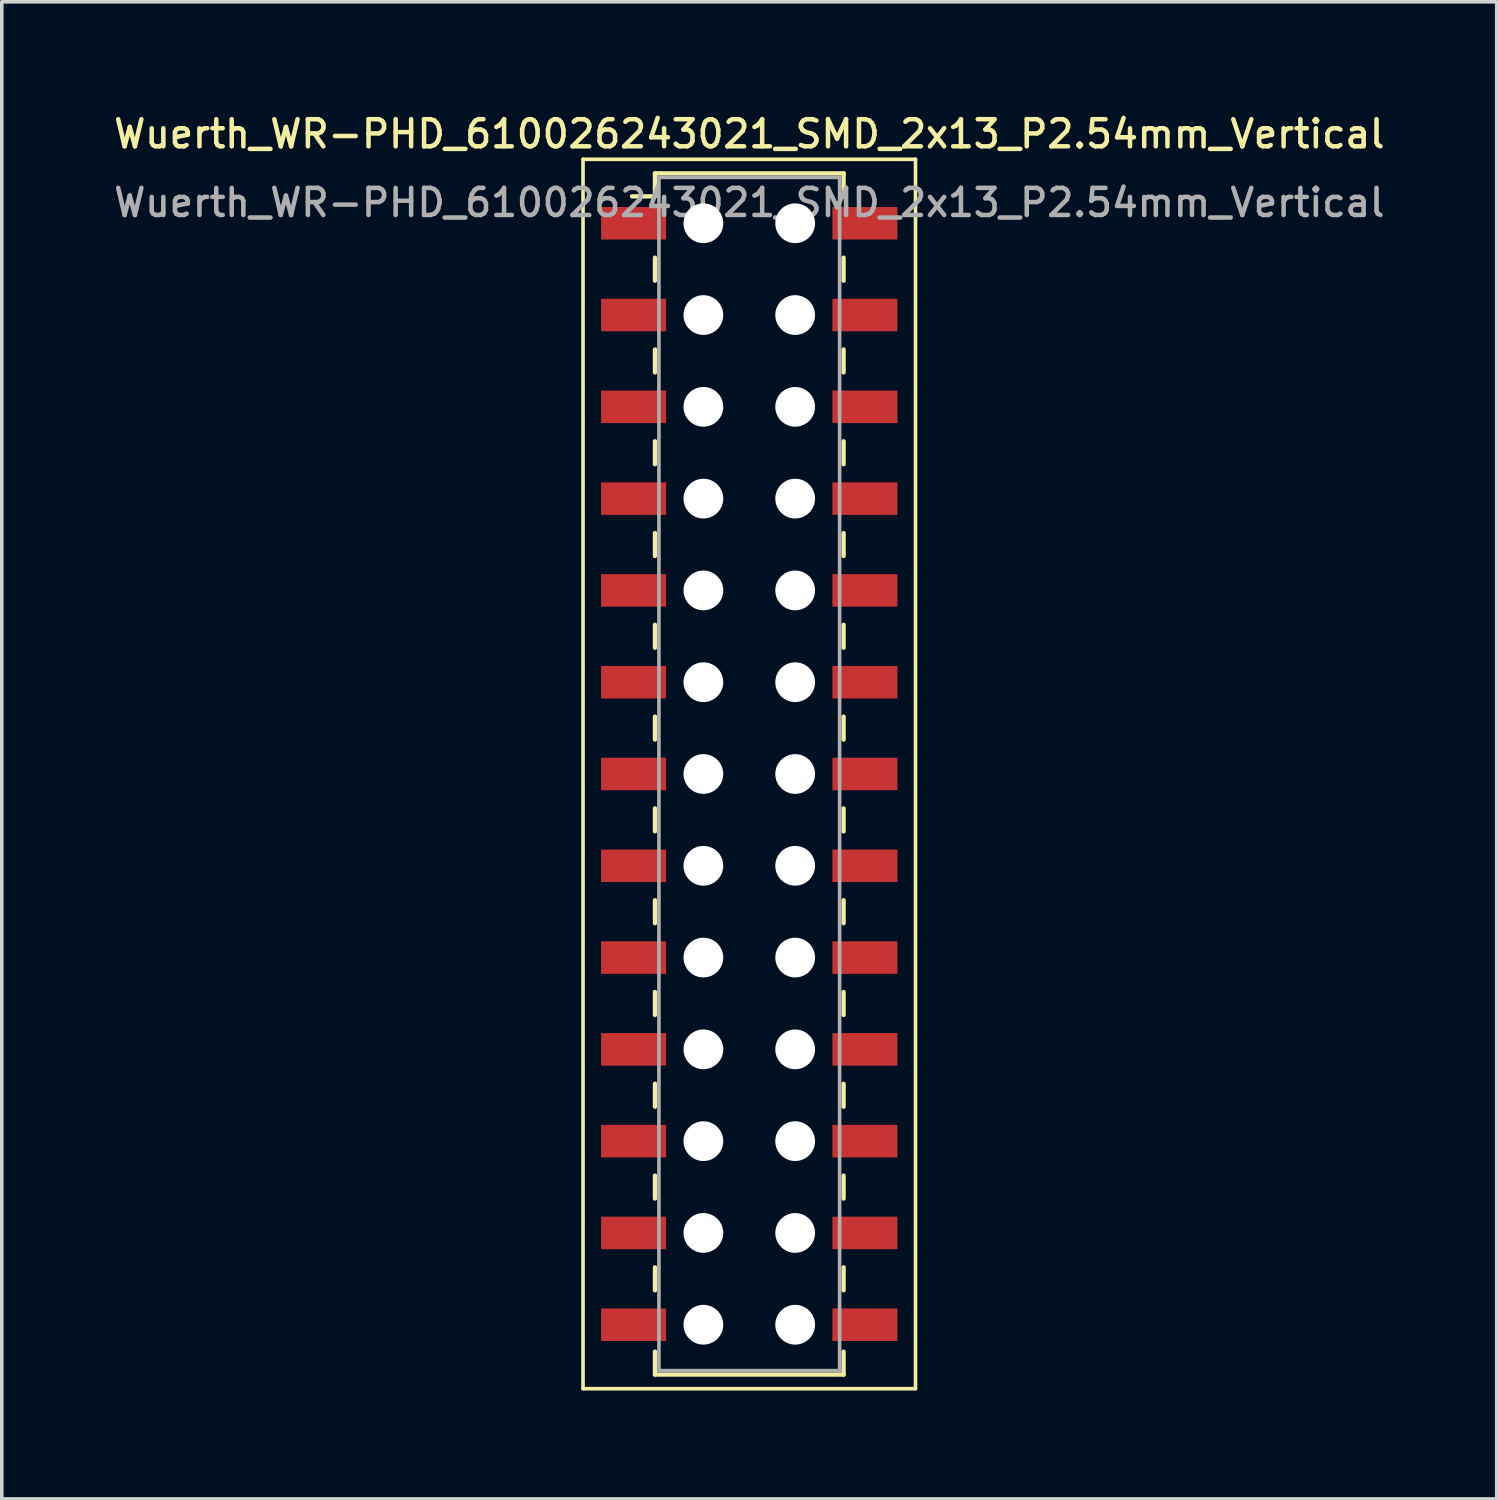
<source format=kicad_pcb>
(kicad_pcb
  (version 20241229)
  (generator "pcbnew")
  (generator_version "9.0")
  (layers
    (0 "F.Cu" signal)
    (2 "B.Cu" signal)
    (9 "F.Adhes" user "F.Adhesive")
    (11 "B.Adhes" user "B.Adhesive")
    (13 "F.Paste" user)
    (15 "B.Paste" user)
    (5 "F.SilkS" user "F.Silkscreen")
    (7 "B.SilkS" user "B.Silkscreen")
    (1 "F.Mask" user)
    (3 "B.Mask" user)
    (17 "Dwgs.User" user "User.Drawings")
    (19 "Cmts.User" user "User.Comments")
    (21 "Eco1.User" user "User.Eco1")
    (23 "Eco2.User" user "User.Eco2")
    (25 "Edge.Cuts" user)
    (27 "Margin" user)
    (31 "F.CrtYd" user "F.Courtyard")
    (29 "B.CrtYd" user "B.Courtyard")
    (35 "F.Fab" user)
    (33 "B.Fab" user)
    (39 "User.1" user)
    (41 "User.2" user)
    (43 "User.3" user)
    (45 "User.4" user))
  (footprint "Wuerth_WR-PHD_610026243021_SMD_2x13_P2.54mm_Vertical"
    (layer "F.Cu")
    (at 17.684 18.368)
    (property "Reference" "Wuerth_WR-PHD_610026243021_SMD_2x13_P2.54mm_Vertical" (at 0 -17.71 0) (layer "F.SilkS") (effects (font (size 0.75 0.75) (thickness 0.125))))
    (attr smd)
    (fp_line (start -4.6 -17.01) (end -4.6 17.01) (stroke (width 0.1) (type solid)) (layer "F.SilkS"))
    (fp_line (start -4.6 17.01) (end 4.6 17.01) (stroke (width 0.1) (type solid)) (layer "F.SilkS"))
    (fp_line (start -2.61 -16.62) (end -2.61 -15.985) (stroke (width 0.12) (type solid)) (layer "F.SilkS"))
    (fp_line (start -2.61 -16.62) (end 2.61 -16.62) (stroke (width 0.12) (type solid)) (layer "F.SilkS"))
    (fp_line (start -2.61 -15.985) (end -3.245 -15.985) (stroke (width 0.12) (type solid)) (layer "F.SilkS"))
    (fp_line (start -2.61 -14.287) (end -2.61 -13.652) (stroke (width 0.12) (type solid)) (layer "F.SilkS"))
    (fp_line (start -2.61 -11.748) (end -2.61 -11.113) (stroke (width 0.12) (type solid)) (layer "F.SilkS"))
    (fp_line (start -2.61 -9.207) (end -2.61 -8.572) (stroke (width 0.12) (type solid)) (layer "F.SilkS"))
    (fp_line (start -2.61 -6.668) (end -2.61 -6.032) (stroke (width 0.12) (type solid)) (layer "F.SilkS"))
    (fp_line (start -2.61 -4.128) (end -2.61 -3.493) (stroke (width 0.12) (type solid)) (layer "F.SilkS"))
    (fp_line (start -2.61 -1.587) (end -2.61 -0.953) (stroke (width 0.12) (type solid)) (layer "F.SilkS"))
    (fp_line (start -2.61 0.953) (end -2.61 1.587) (stroke (width 0.12) (type solid)) (layer "F.SilkS"))
    (fp_line (start -2.61 3.493) (end -2.61 4.128) (stroke (width 0.12) (type solid)) (layer "F.SilkS"))
    (fp_line (start -2.61 6.032) (end -2.61 6.668) (stroke (width 0.12) (type solid)) (layer "F.SilkS"))
    (fp_line (start -2.61 8.572) (end -2.61 9.207) (stroke (width 0.12) (type solid)) (layer "F.SilkS"))
    (fp_line (start -2.61 11.113) (end -2.61 11.748) (stroke (width 0.12) (type solid)) (layer "F.SilkS"))
    (fp_line (start -2.61 13.652) (end -2.61 14.287) (stroke (width 0.12) (type solid)) (layer "F.SilkS"))
    (fp_line (start -2.61 16.62) (end -2.61 15.985) (stroke (width 0.12) (type solid)) (layer "F.SilkS"))
    (fp_line (start -2.61 16.62) (end 2.61 16.62) (stroke (width 0.12) (type solid)) (layer "F.SilkS"))
    (fp_line (start 2.61 -16.62) (end 2.61 -15.985) (stroke (width 0.12) (type solid)) (layer "F.SilkS"))
    (fp_line (start 2.61 -14.287) (end 2.61 -13.652) (stroke (width 0.12) (type solid)) (layer "F.SilkS"))
    (fp_line (start 2.61 -11.748) (end 2.61 -11.113) (stroke (width 0.12) (type solid)) (layer "F.SilkS"))
    (fp_line (start 2.61 -9.207) (end 2.61 -8.572) (stroke (width 0.12) (type solid)) (layer "F.SilkS"))
    (fp_line (start 2.61 -6.668) (end 2.61 -6.032) (stroke (width 0.12) (type solid)) (layer "F.SilkS"))
    (fp_line (start 2.61 -4.128) (end 2.61 -3.493) (stroke (width 0.12) (type solid)) (layer "F.SilkS"))
    (fp_line (start 2.61 -1.587) (end 2.61 -0.953) (stroke (width 0.12) (type solid)) (layer "F.SilkS"))
    (fp_line (start 2.61 0.953) (end 2.61 1.587) (stroke (width 0.12) (type solid)) (layer "F.SilkS"))
    (fp_line (start 2.61 3.493) (end 2.61 4.128) (stroke (width 0.12) (type solid)) (layer "F.SilkS"))
    (fp_line (start 2.61 6.032) (end 2.61 6.668) (stroke (width 0.12) (type solid)) (layer "F.SilkS"))
    (fp_line (start 2.61 8.572) (end 2.61 9.207) (stroke (width 0.12) (type solid)) (layer "F.SilkS"))
    (fp_line (start 2.61 11.113) (end 2.61 11.748) (stroke (width 0.12) (type solid)) (layer "F.SilkS"))
    (fp_line (start 2.61 13.652) (end 2.61 14.287) (stroke (width 0.12) (type solid)) (layer "F.SilkS"))
    (fp_line (start 2.61 16.62) (end 2.61 15.985) (stroke (width 0.12) (type solid)) (layer "F.SilkS"))
    (fp_line (start 4.6 -17.01) (end -4.6 -17.01) (stroke (width 0.1) (type solid)) (layer "F.SilkS"))
    (fp_line (start 4.6 17.01) (end 4.6 -17.01) (stroke (width 0.1) (type solid)) (layer "F.SilkS"))
    (fp_line (start -2.5 -16.51) (end -2.5 16.51) (stroke (width 0.1) (type solid)) (layer "F.Fab"))
    (fp_line (start -2.5 16.51) (end 2.5 16.51) (stroke (width 0.1) (type solid)) (layer "F.Fab"))
    (fp_line (start 2.5 -16.51) (end -2.5 -16.51) (stroke (width 0.1) (type solid)) (layer "F.Fab"))
    (fp_line (start 2.5 16.51) (end 2.5 -16.51) (stroke (width 0.1) (type solid)) (layer "F.Fab"))
    (fp_text user "${REFERENCE}" (at 0 -15.81 0) (layer "F.Fab") (effects (font (size 0.75 0.75) (thickness 0.125))))
    (pad "" np_thru_hole circle (at -1.27 -15.24) (size 1.1 1.1) (drill 1.1) (layers "*.Cu" "*.Mask"))
    (pad "" np_thru_hole circle (at -1.27 -12.7) (size 1.1 1.1) (drill 1.1) (layers "*.Cu" "*.Mask"))
    (pad "" np_thru_hole circle (at -1.27 -10.16) (size 1.1 1.1) (drill 1.1) (layers "*.Cu" "*.Mask"))
    (pad "" np_thru_hole circle (at -1.27 -7.62) (size 1.1 1.1) (drill 1.1) (layers "*.Cu" "*.Mask"))
    (pad "" np_thru_hole circle (at -1.27 -5.08) (size 1.1 1.1) (drill 1.1) (layers "*.Cu" "*.Mask"))
    (pad "" np_thru_hole circle (at -1.27 -2.54) (size 1.1 1.1) (drill 1.1) (layers "*.Cu" "*.Mask"))
    (pad "" np_thru_hole circle (at -1.27 0) (size 1.1 1.1) (drill 1.1) (layers "*.Cu" "*.Mask"))
    (pad "" np_thru_hole circle (at -1.27 2.54) (size 1.1 1.1) (drill 1.1) (layers "*.Cu" "*.Mask"))
    (pad "" np_thru_hole circle (at -1.27 5.08) (size 1.1 1.1) (drill 1.1) (layers "*.Cu" "*.Mask"))
    (pad "" np_thru_hole circle (at -1.27 7.62) (size 1.1 1.1) (drill 1.1) (layers "*.Cu" "*.Mask"))
    (pad "" np_thru_hole circle (at -1.27 10.16) (size 1.1 1.1) (drill 1.1) (layers "*.Cu" "*.Mask"))
    (pad "" np_thru_hole circle (at -1.27 12.7) (size 1.1 1.1) (drill 1.1) (layers "*.Cu" "*.Mask"))
    (pad "" np_thru_hole circle (at -1.27 15.24) (size 1.1 1.1) (drill 1.1) (layers "*.Cu" "*.Mask"))
    (pad "" np_thru_hole circle (at 1.27 -15.24) (size 1.1 1.1) (drill 1.1) (layers "*.Cu" "*.Mask"))
    (pad "" np_thru_hole circle (at 1.27 -12.7) (size 1.1 1.1) (drill 1.1) (layers "*.Cu" "*.Mask"))
    (pad "" np_thru_hole circle (at 1.27 -10.16) (size 1.1 1.1) (drill 1.1) (layers "*.Cu" "*.Mask"))
    (pad "" np_thru_hole circle (at 1.27 -7.62) (size 1.1 1.1) (drill 1.1) (layers "*.Cu" "*.Mask"))
    (pad "" np_thru_hole circle (at 1.27 -5.08) (size 1.1 1.1) (drill 1.1) (layers "*.Cu" "*.Mask"))
    (pad "" np_thru_hole circle (at 1.27 -2.54) (size 1.1 1.1) (drill 1.1) (layers "*.Cu" "*.Mask"))
    (pad "" np_thru_hole circle (at 1.27 0) (size 1.1 1.1) (drill 1.1) (layers "*.Cu" "*.Mask"))
    (pad "" np_thru_hole circle (at 1.27 2.54) (size 1.1 1.1) (drill 1.1) (layers "*.Cu" "*.Mask"))
    (pad "" np_thru_hole circle (at 1.27 5.08) (size 1.1 1.1) (drill 1.1) (layers "*.Cu" "*.Mask"))
    (pad "" np_thru_hole circle (at 1.27 7.62) (size 1.1 1.1) (drill 1.1) (layers "*.Cu" "*.Mask"))
    (pad "" np_thru_hole circle (at 1.27 10.16) (size 1.1 1.1) (drill 1.1) (layers "*.Cu" "*.Mask"))
    (pad "" np_thru_hole circle (at 1.27 12.7) (size 1.1 1.1) (drill 1.1) (layers "*.Cu" "*.Mask"))
    (pad "" np_thru_hole circle (at 1.27 15.24) (size 1.1 1.1) (drill 1.1) (layers "*.Cu" "*.Mask"))
    (pad "1" smd rect (at -3.2 -15.24) (size 1.8 0.9) (layers "F.Cu" "F.Mask" "F.Paste"))
    (pad "2" smd rect (at 3.2 -15.24) (size 1.8 0.9) (layers "F.Cu" "F.Mask" "F.Paste"))
    (pad "3" smd rect (at -3.2 -12.7) (size 1.8 0.9) (layers "F.Cu" "F.Mask" "F.Paste"))
    (pad "4" smd rect (at 3.2 -12.7) (size 1.8 0.9) (layers "F.Cu" "F.Mask" "F.Paste"))
    (pad "5" smd rect (at -3.2 -10.16) (size 1.8 0.9) (layers "F.Cu" "F.Mask" "F.Paste"))
    (pad "6" smd rect (at 3.2 -10.16) (size 1.8 0.9) (layers "F.Cu" "F.Mask" "F.Paste"))
    (pad "7" smd rect (at -3.2 -7.62) (size 1.8 0.9) (layers "F.Cu" "F.Mask" "F.Paste"))
    (pad "8" smd rect (at 3.2 -7.62) (size 1.8 0.9) (layers "F.Cu" "F.Mask" "F.Paste"))
    (pad "9" smd rect (at -3.2 -5.08) (size 1.8 0.9) (layers "F.Cu" "F.Mask" "F.Paste"))
    (pad "10" smd rect (at 3.2 -5.08) (size 1.8 0.9) (layers "F.Cu" "F.Mask" "F.Paste"))
    (pad "11" smd rect (at -3.2 -2.54) (size 1.8 0.9) (layers "F.Cu" "F.Mask" "F.Paste"))
    (pad "12" smd rect (at 3.2 -2.54) (size 1.8 0.9) (layers "F.Cu" "F.Mask" "F.Paste"))
    (pad "13" smd rect (at -3.2 0) (size 1.8 0.9) (layers "F.Cu" "F.Mask" "F.Paste"))
    (pad "14" smd rect (at 3.2 0) (size 1.8 0.9) (layers "F.Cu" "F.Mask" "F.Paste"))
    (pad "15" smd rect (at -3.2 2.54) (size 1.8 0.9) (layers "F.Cu" "F.Mask" "F.Paste"))
    (pad "16" smd rect (at 3.2 2.54) (size 1.8 0.9) (layers "F.Cu" "F.Mask" "F.Paste"))
    (pad "17" smd rect (at -3.2 5.08) (size 1.8 0.9) (layers "F.Cu" "F.Mask" "F.Paste"))
    (pad "18" smd rect (at 3.2 5.08) (size 1.8 0.9) (layers "F.Cu" "F.Mask" "F.Paste"))
    (pad "19" smd rect (at -3.2 7.62) (size 1.8 0.9) (layers "F.Cu" "F.Mask" "F.Paste"))
    (pad "20" smd rect (at 3.2 7.62) (size 1.8 0.9) (layers "F.Cu" "F.Mask" "F.Paste"))
    (pad "21" smd rect (at -3.2 10.16) (size 1.8 0.9) (layers "F.Cu" "F.Mask" "F.Paste"))
    (pad "22" smd rect (at 3.2 10.16) (size 1.8 0.9) (layers "F.Cu" "F.Mask" "F.Paste"))
    (pad "23" smd rect (at -3.2 12.7) (size 1.8 0.9) (layers "F.Cu" "F.Mask" "F.Paste"))
    (pad "24" smd rect (at 3.2 12.7) (size 1.8 0.9) (layers "F.Cu" "F.Mask" "F.Paste"))
    (pad "25" smd rect (at -3.2 15.24) (size 1.8 0.9) (layers "F.Cu" "F.Mask" "F.Paste"))
    (pad "26" smd rect (at 3.2 15.24) (size 1.8 0.9) (layers "F.Cu" "F.Mask" "F.Paste")))
  (gr_rect
    (start -3 -3)
    (end 38.368 38.428)
    (stroke (width 0.1) (type default))
    (fill no)
    (layer "Edge.Cuts")))
</source>
